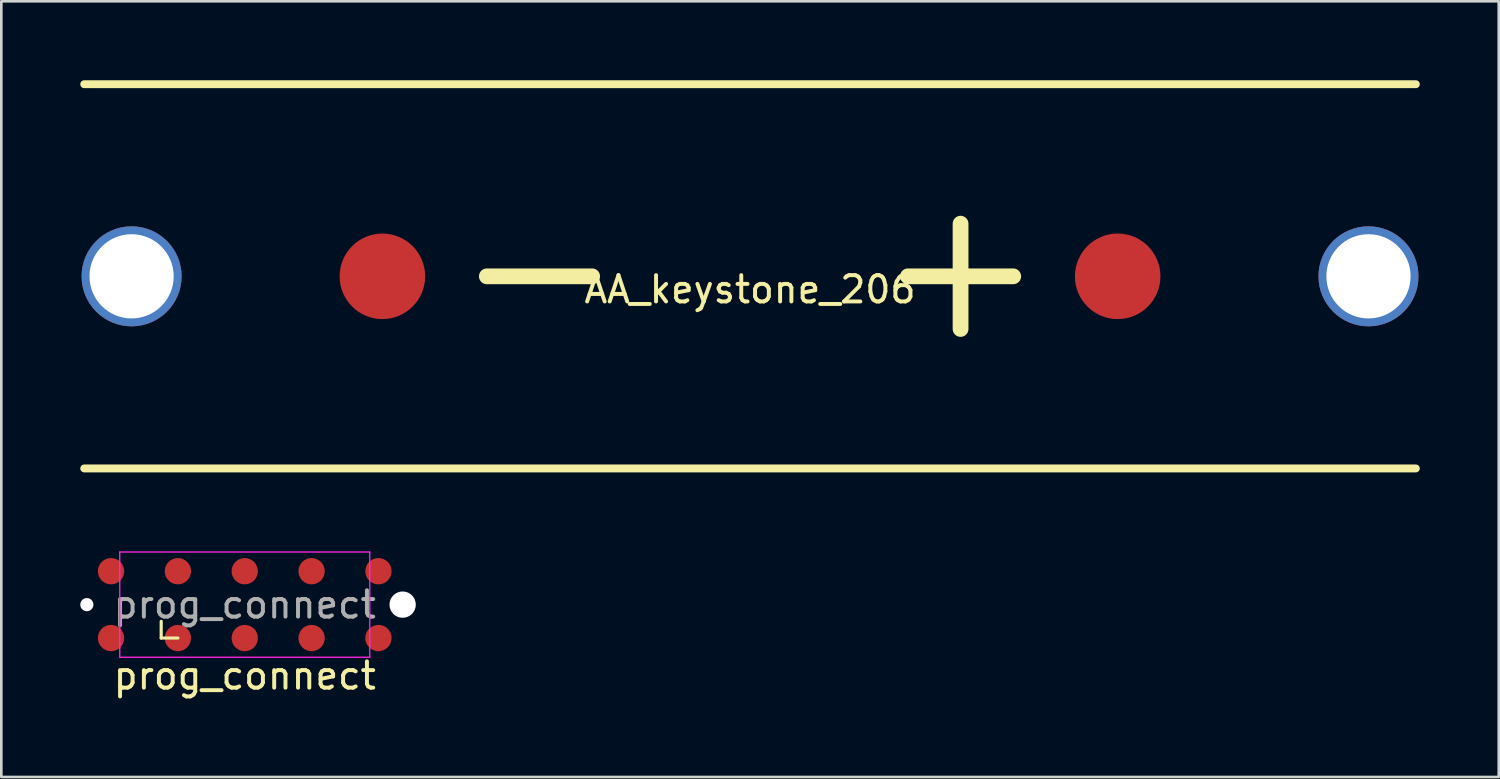
<source format=kicad_pcb>
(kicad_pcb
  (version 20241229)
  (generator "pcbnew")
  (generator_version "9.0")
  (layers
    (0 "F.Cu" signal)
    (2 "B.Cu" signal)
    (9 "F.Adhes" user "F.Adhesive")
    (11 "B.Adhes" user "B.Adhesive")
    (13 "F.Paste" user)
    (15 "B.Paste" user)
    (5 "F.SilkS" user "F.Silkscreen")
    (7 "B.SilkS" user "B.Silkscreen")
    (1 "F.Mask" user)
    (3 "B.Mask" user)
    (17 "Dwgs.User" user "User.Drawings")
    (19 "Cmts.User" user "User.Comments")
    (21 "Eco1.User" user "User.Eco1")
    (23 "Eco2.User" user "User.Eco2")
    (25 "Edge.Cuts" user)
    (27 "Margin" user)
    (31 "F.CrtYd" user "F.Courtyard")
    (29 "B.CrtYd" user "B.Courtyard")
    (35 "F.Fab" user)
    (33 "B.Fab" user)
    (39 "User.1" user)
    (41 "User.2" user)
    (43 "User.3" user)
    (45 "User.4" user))
  (footprint "AA_keystone_206"
    (layer "F.Cu")
    (at 25.45 7.45)
    (property "Reference" "AA_keystone_206" (at 0 0.5 0) (layer "F.SilkS") (effects (font (size 1 1) (thickness 0.15))))
    (attr through_hole)
    (fp_line (start -25.3 -7.3) (end 25.3 -7.3) (stroke (width 0.3) (type solid)) (layer "F.SilkS"))
    (fp_line (start -10 0) (end -6 0) (stroke (width 0.6) (type solid)) (layer "F.SilkS"))
    (fp_line (start 8 -2) (end 8 2) (stroke (width 0.6) (type solid)) (layer "F.SilkS"))
    (fp_line (start 10 0) (end 6 0) (stroke (width 0.6) (type solid)) (layer "F.SilkS"))
    (fp_line (start 25.3 7.3) (end -25.3 7.3) (stroke (width 0.3) (type solid)) (layer "F.SilkS"))
    (pad "1" smd circle (at 13.97 0) (size 3.25 3.25) (layers "F.Cu" "F.Mask" "F.Paste"))
    (pad "1" thru_hole circle (at 23.5 0) (size 3.8 3.8) (drill 3.2) (layers "*.Cu" "*.Mask"))
    (pad "2" thru_hole circle (at -23.5 0) (size 3.8 3.8) (drill 3.2) (layers "*.Cu" "*.Mask"))
    (pad "2" smd circle (at -13.97 0) (size 3.25 3.25) (layers "F.Cu" "F.Mask" "F.Paste")))
  (footprint "prog_connect"
    (layer "F.Cu")
    (at 6.25 19.925)
    (property "Reference" "prog_connect" (at 0 2.7 0) (layer "F.SilkS") (effects (font (size 1 1) (thickness 0.15))))
    (attr exclude_from_pos_files exclude_from_bom)
    (fp_line (start -3.175 1.27) (end -3.175 0.635) (stroke (width 0.12) (type solid)) (layer "F.SilkS"))
    (fp_line (start -2.54 1.27) (end -3.175 1.27) (stroke (width 0.12) (type solid)) (layer "F.SilkS"))
    (fp_line (start -4.75 -2) (end 4.75 -2) (stroke (width 0.05) (type solid)) (layer "F.CrtYd"))
    (fp_line (start -4.75 2) (end -4.75 -2) (stroke (width 0.05) (type solid)) (layer "F.CrtYd"))
    (fp_line (start 4.75 -2) (end 4.75 2) (stroke (width 0.05) (type solid)) (layer "F.CrtYd"))
    (fp_line (start 4.75 2) (end -4.75 2) (stroke (width 0.05) (type solid)) (layer "F.CrtYd"))
    (fp_text user "${REFERENCE}" (at 0 0 0) (layer "F.Fab") (effects (font (size 1 1) (thickness 0.15))))
    (pad "" np_thru_hole circle (at -6 0) (size 0.5 0.5) (drill 0.5) (layers "*.Cu" "*.Mask"))
    (pad "" np_thru_hole circle (at 6 0) (size 1 1) (drill 1) (layers "*.Cu" "*.Mask"))
    (pad "1" connect circle (at -5.08 1.27) (size 1 1) (layers "F.Cu" "F.Mask"))
    (pad "2" connect circle (at -5.08 -1.27) (size 1 1) (layers "F.Cu" "F.Mask"))
    (pad "3" connect circle (at -2.54 1.27) (size 1 1) (layers "F.Cu" "F.Mask"))
    (pad "4" connect circle (at -2.54 -1.27) (size 1 1) (layers "F.Cu" "F.Mask"))
    (pad "5" connect circle (at 0 1.27) (size 1 1) (layers "F.Cu" "F.Mask"))
    (pad "6" connect circle (at 0 -1.27) (size 1 1) (layers "F.Cu" "F.Mask"))
    (pad "7" connect circle (at 2.54 1.27) (size 1 1) (layers "F.Cu" "F.Mask"))
    (pad "8" connect circle (at 2.54 -1.27) (size 1 1) (layers "F.Cu" "F.Mask"))
    (pad "9" connect circle (at 5.08 1.27) (size 1 1) (layers "F.Cu" "F.Mask"))
    (pad "10" connect circle (at 5.08 -1.27) (size 1 1) (layers "F.Cu" "F.Mask")))
  (gr_rect
    (start -3 -3)
    (end 53.9 26.473)
    (stroke (width 0.1) (type default))
    (fill no)
    (layer "Edge.Cuts")))
</source>
